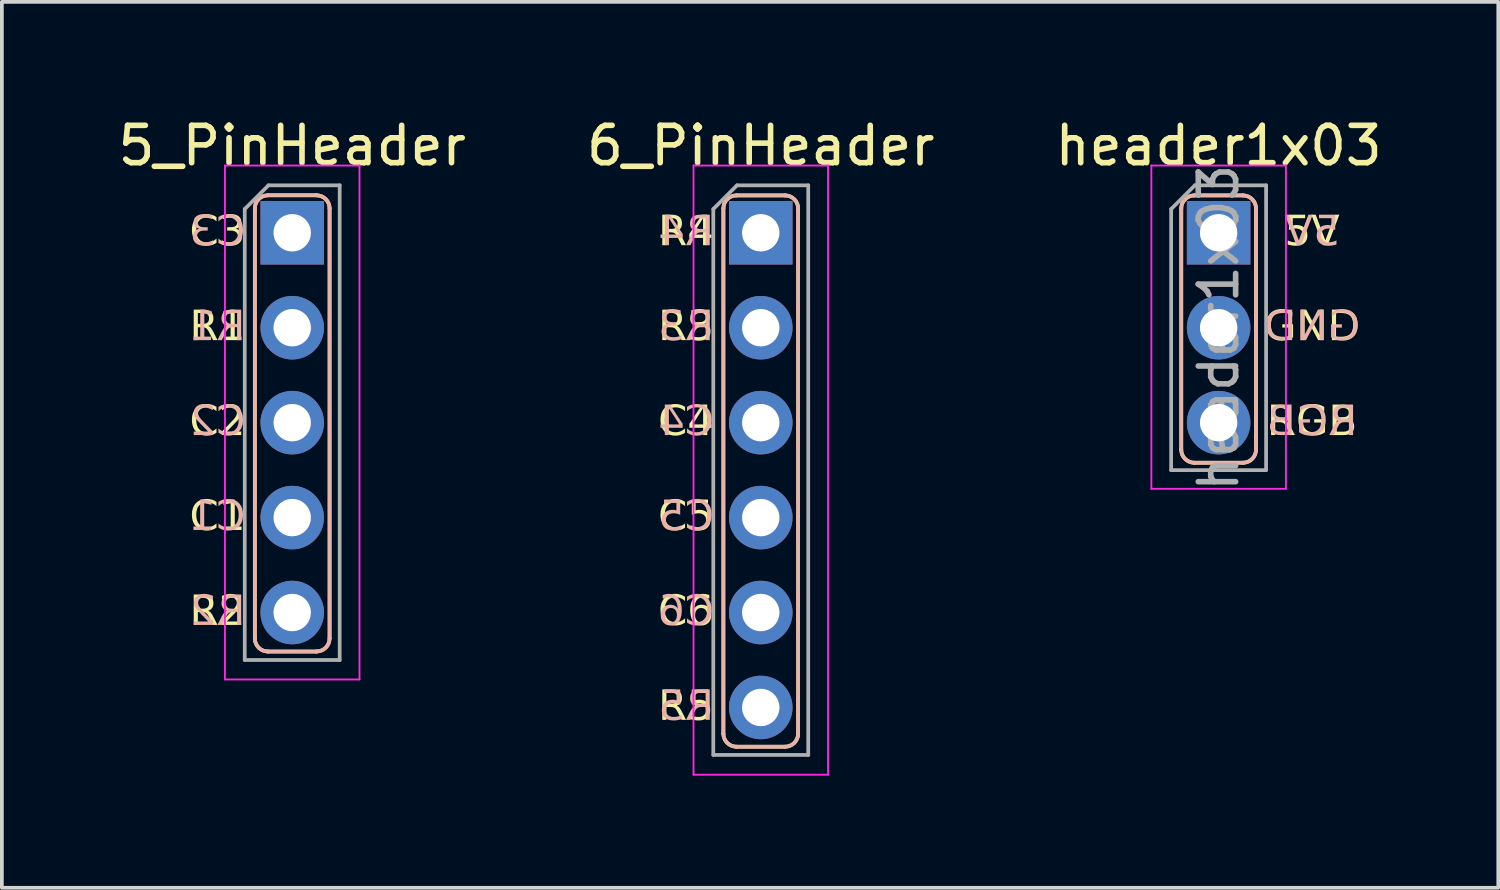
<source format=kicad_pcb>
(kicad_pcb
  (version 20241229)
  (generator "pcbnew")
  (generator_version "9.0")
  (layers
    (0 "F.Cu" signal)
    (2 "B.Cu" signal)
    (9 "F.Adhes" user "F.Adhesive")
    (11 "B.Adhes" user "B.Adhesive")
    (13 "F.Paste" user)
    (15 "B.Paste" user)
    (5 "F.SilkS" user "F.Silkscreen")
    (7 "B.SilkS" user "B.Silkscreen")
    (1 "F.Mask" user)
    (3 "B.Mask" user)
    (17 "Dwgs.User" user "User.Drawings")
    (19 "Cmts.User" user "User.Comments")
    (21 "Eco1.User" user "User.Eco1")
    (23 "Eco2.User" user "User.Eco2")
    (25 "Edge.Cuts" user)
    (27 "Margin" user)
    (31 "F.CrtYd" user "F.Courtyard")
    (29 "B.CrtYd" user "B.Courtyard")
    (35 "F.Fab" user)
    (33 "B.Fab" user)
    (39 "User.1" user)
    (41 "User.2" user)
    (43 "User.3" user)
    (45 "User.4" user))
  (footprint "header1x03"
    (layer "F.Cu")
    (at 29.554 3.178)
    (property "Reference" "header1x03" (at 0 -2.33 0) (layer "F.SilkS") (effects (font (size 1 1) (thickness 0.15))))
    (attr through_hole)
    (fp_line (start -1 -0.65) (end -1 5.803) (stroke (width 0.1) (type default)) (layer "F.SilkS"))
    (fp_line (start -0.65 6.153) (end 0.65 6.153) (stroke (width 0.1) (type default)) (layer "F.SilkS"))
    (fp_line (start 0.65 -1) (end -0.65 -1) (stroke (width 0.1) (type default)) (layer "F.SilkS"))
    (fp_line (start 1 -0.65) (end 1 5.803) (stroke (width 0.1) (type default)) (layer "F.SilkS"))
    (fp_arc (start -1 -0.65) (mid -0.897487 -0.897487) (end -0.65 -1) (stroke (width 0.1) (type default)) (layer "F.SilkS"))
    (fp_arc (start -0.65 6.152513) (mid -0.897487 6.05) (end -1 5.802513) (stroke (width 0.1) (type default)) (layer "F.SilkS"))
    (fp_arc (start 0.65 -1) (mid 0.897487 -0.897487) (end 1 -0.65) (stroke (width 0.1) (type default)) (layer "F.SilkS"))
    (fp_arc (start 1 5.802513) (mid 0.897489 6.050001) (end 0.65 6.152513) (stroke (width 0.1) (type default)) (layer "F.SilkS"))
    (fp_line (start -1 5.803) (end -1 -0.65) (stroke (width 0.1) (type default)) (layer "B.SilkS"))
    (fp_line (start -0.65 6.153) (end 0.65 6.153) (stroke (width 0.1) (type default)) (layer "B.SilkS"))
    (fp_line (start 0.65 -1) (end -0.65 -1) (stroke (width 0.1) (type default)) (layer "B.SilkS"))
    (fp_line (start 1 5.803) (end 1 -0.65) (stroke (width 0.1) (type default)) (layer "B.SilkS"))
    (fp_arc (start -1 -0.65) (mid -0.897487 -0.897487) (end -0.65 -1) (stroke (width 0.1) (type default)) (layer "B.SilkS"))
    (fp_arc (start -0.65 6.152513) (mid -0.897487 6.05) (end -1 5.802513) (stroke (width 0.1) (type default)) (layer "B.SilkS"))
    (fp_arc (start 0.65 -1) (mid 0.897487 -0.897487) (end 1 -0.65) (stroke (width 0.1) (type default)) (layer "B.SilkS"))
    (fp_arc (start 1 5.802513) (mid 0.897489 6.050001) (end 0.65 6.152513) (stroke (width 0.1) (type default)) (layer "B.SilkS"))
    (fp_line (start -1.8 -1.8) (end -1.8 6.85) (stroke (width 0.05) (type solid)) (layer "F.CrtYd"))
    (fp_line (start -1.8 6.85) (end 1.8 6.85) (stroke (width 0.05) (type solid)) (layer "F.CrtYd"))
    (fp_line (start 1.8 -1.8) (end -1.8 -1.8) (stroke (width 0.05) (type solid)) (layer "F.CrtYd"))
    (fp_line (start 1.8 6.85) (end 1.8 -1.8) (stroke (width 0.05) (type solid)) (layer "F.CrtYd"))
    (fp_line (start -1.27 -0.635) (end -0.635 -1.27) (stroke (width 0.1) (type solid)) (layer "F.Fab"))
    (fp_line (start -1.27 6.35) (end -1.27 -0.635) (stroke (width 0.1) (type solid)) (layer "F.Fab"))
    (fp_line (start -0.635 -1.27) (end 1.27 -1.27) (stroke (width 0.1) (type solid)) (layer "F.Fab"))
    (fp_line (start 1.27 -1.27) (end 1.27 6.35) (stroke (width 0.1) (type solid)) (layer "F.Fab"))
    (fp_line (start 1.27 6.35) (end -1.27 6.35) (stroke (width 0.1) (type solid)) (layer "F.Fab"))
    (fp_text user "5V" (at 2.5 0 0) (unlocked yes) (layer "F.SilkS") (effects (font (face "Helvetica Neue") (size 0.8 0.8) (thickness 0.1))))
    (fp_text user "RGB" (at 2.5 5.08 0) (unlocked yes) (layer "F.SilkS") (effects (font (face "Helvetica Neue") (size 0.8 0.8) (thickness 0.1))))
    (fp_text user "GND" (at 2.5 2.54 0) (unlocked yes) (layer "F.SilkS") (effects (font (face "Helvetica Neue") (size 0.8 0.8) (thickness 0.1))))
    (fp_text user "RGB" (at 2.5 5.08 0) (unlocked yes) (layer "B.SilkS") (effects (font (face "Helvetica Neue") (size 0.8 0.8) (thickness 0.1)) (justify mirror)))
    (fp_text user "GND" (at 2.5 2.54 0) (unlocked yes) (layer "B.SilkS") (effects (font (face "Helvetica Neue") (size 0.8 0.8) (thickness 0.1)) (justify mirror)))
    (fp_text user "5V" (at 2.5 0 0) (unlocked yes) (layer "B.SilkS") (effects (font (face "Helvetica Neue") (size 0.8 0.8) (thickness 0.1)) (justify mirror)))
    (fp_text user "${REFERENCE}" (at 0 2.54 90) (layer "F.Fab") (effects (font (size 1 1) (thickness 0.15))))
    (pad "1" thru_hole rect (at 0 0) (size 1.7 1.7) (drill 1) (layers "*.Cu" "*.Mask"))
    (pad "2" thru_hole oval (at 0 2.54) (size 1.7 1.7) (drill 1) (layers "*.Cu" "*.Mask"))
    (pad "3" thru_hole oval (at 0 5.08) (size 1.7 1.7) (drill 1) (layers "*.Cu" "*.Mask")))
  (footprint "5_PinHeader"
    (layer "F.Cu")
    (at 4.768 3.178)
    (property "Reference" "5_PinHeader" (at 0 -2.33 0) (layer "F.SilkS") (effects (font (size 1 1) (thickness 0.15))))
    (attr through_hole)
    (fp_line (start -1 -0.653) (end -1 10.853) (stroke (width 0.1) (type default)) (layer "F.SilkS"))
    (fp_line (start -0.65 11.203) (end 0.65 11.203) (stroke (width 0.1) (type default)) (layer "F.SilkS"))
    (fp_line (start 0.65 -1.003) (end -0.65 -1.003) (stroke (width 0.1) (type default)) (layer "F.SilkS"))
    (fp_line (start 1 -0.653) (end 1 10.853) (stroke (width 0.1) (type default)) (layer "F.SilkS"))
    (fp_arc (start -1 -0.652513) (mid -0.897487 -0.9) (end -0.65 -1.002513) (stroke (width 0.1) (type default)) (layer "F.SilkS"))
    (fp_arc (start -0.65 11.202513) (mid -0.897487 11.1) (end -1 10.852513) (stroke (width 0.1) (type default)) (layer "F.SilkS"))
    (fp_arc (start 0.65 -1.002513) (mid 0.897491 -0.900003) (end 1 -0.652513) (stroke (width 0.1) (type default)) (layer "F.SilkS"))
    (fp_arc (start 1 10.852513) (mid 0.897486 11.099998) (end 0.65 11.202513) (stroke (width 0.1) (type default)) (layer "F.SilkS"))
    (fp_line (start -1 10.853) (end -1 -0.653) (stroke (width 0.1) (type default)) (layer "B.SilkS"))
    (fp_line (start -0.65 11.203) (end 0.65 11.203) (stroke (width 0.1) (type default)) (layer "B.SilkS"))
    (fp_line (start 0.65 -1.003) (end -0.65 -1.003) (stroke (width 0.1) (type default)) (layer "B.SilkS"))
    (fp_line (start 1 -0.653) (end 1 10.853) (stroke (width 0.1) (type default)) (layer "B.SilkS"))
    (fp_arc (start -1 -0.652513) (mid -0.897487 -0.9) (end -0.65 -1.002513) (stroke (width 0.1) (type default)) (layer "B.SilkS"))
    (fp_arc (start -0.65 11.202513) (mid -0.897487 11.1) (end -1 10.852513) (stroke (width 0.1) (type default)) (layer "B.SilkS"))
    (fp_arc (start 0.65 -1.002513) (mid 0.897491 -0.900003) (end 1 -0.652513) (stroke (width 0.1) (type default)) (layer "B.SilkS"))
    (fp_arc (start 1 10.852513) (mid 0.897486 11.099998) (end 0.65 11.202513) (stroke (width 0.1) (type default)) (layer "B.SilkS"))
    (fp_line (start -1.8 -1.8) (end -1.8 11.95) (stroke (width 0.05) (type solid)) (layer "F.CrtYd"))
    (fp_line (start -1.8 11.95) (end 1.8 11.95) (stroke (width 0.05) (type solid)) (layer "F.CrtYd"))
    (fp_line (start 1.8 -1.8) (end -1.8 -1.8) (stroke (width 0.05) (type solid)) (layer "F.CrtYd"))
    (fp_line (start 1.8 11.95) (end 1.8 -1.8) (stroke (width 0.05) (type solid)) (layer "F.CrtYd"))
    (fp_line (start -1.27 -0.635) (end -0.635 -1.27) (stroke (width 0.1) (type solid)) (layer "F.Fab"))
    (fp_line (start -1.27 11.43) (end -1.27 -0.635) (stroke (width 0.1) (type solid)) (layer "F.Fab"))
    (fp_line (start -0.635 -1.27) (end 1.27 -1.27) (stroke (width 0.1) (type solid)) (layer "F.Fab"))
    (fp_line (start 1.27 -1.27) (end 1.27 11.43) (stroke (width 0.1) (type solid)) (layer "F.Fab"))
    (fp_line (start 1.27 11.43) (end -1.27 11.43) (stroke (width 0.1) (type solid)) (layer "F.Fab"))
    (fp_text user "C3" (at -2 0 0) (unlocked yes) (layer "F.SilkS") (effects (font (face "Helvetica Neue") (size 0.8 0.8) (thickness 0.1))))
    (fp_text user "C1" (at -2 7.62 0) (unlocked yes) (layer "F.SilkS") (effects (font (face "Helvetica Neue") (size 0.8 0.8) (thickness 0.1))))
    (fp_text user "R1" (at -2 2.54 0) (unlocked yes) (layer "F.SilkS") (effects (font (face "Helvetica Neue") (size 0.8 0.8) (thickness 0.1))))
    (fp_text user "R2" (at -2 10.16 0) (unlocked yes) (layer "F.SilkS") (effects (font (face "Helvetica Neue") (size 0.8 0.8) (thickness 0.1))))
    (fp_text user "C2" (at -2 5.08 0) (unlocked yes) (layer "F.SilkS") (effects (font (face "Helvetica Neue") (size 0.8 0.8) (thickness 0.1))))
    (fp_text user "C3" (at -2 0 0) (unlocked yes) (layer "B.SilkS") (effects (font (face "Helvetica Neue") (size 0.8 0.8) (thickness 0.1)) (justify mirror)))
    (fp_text user "R2" (at -2 10.16 0) (unlocked yes) (layer "B.SilkS") (effects (font (face "Helvetica Neue") (size 0.8 0.8) (thickness 0.1)) (justify mirror)))
    (fp_text user "C1" (at -2 7.62 0) (unlocked yes) (layer "B.SilkS") (effects (font (face "Helvetica Neue") (size 0.8 0.8) (thickness 0.1)) (justify mirror)))
    (fp_text user "R1" (at -2 2.54 0) (unlocked yes) (layer "B.SilkS") (effects (font (face "Helvetica Neue") (size 0.8 0.8) (thickness 0.1)) (justify mirror)))
    (fp_text user "C2" (at -2 5.08 0) (unlocked yes) (layer "B.SilkS") (effects (font (face "Helvetica Neue") (size 0.8 0.8) (thickness 0.1)) (justify mirror)))
    (pad "1" thru_hole rect (at 0 0) (size 1.7 1.7) (drill 1) (layers "*.Cu" "*.Mask"))
    (pad "2" thru_hole oval (at 0 2.54) (size 1.7 1.7) (drill 1) (layers "*.Cu" "*.Mask"))
    (pad "3" thru_hole oval (at 0 5.08) (size 1.7 1.7) (drill 1) (layers "*.Cu" "*.Mask"))
    (pad "4" thru_hole oval (at 0 7.62) (size 1.7 1.7) (drill 1) (layers "*.Cu" "*.Mask"))
    (pad "5" thru_hole oval (at 0 10.16) (size 1.7 1.7) (drill 1) (layers "*.Cu" "*.Mask")))
  (footprint "6_PinHeader"
    (layer "F.Cu")
    (at 17.304 3.178)
    (property "Reference" "6_PinHeader" (at 0 -2.33 0) (layer "F.SilkS") (effects (font (size 1 1) (thickness 0.15))))
    (attr through_hole)
    (fp_line (start -1 -0.65) (end -1 13.4) (stroke (width 0.1) (type default)) (layer "F.SilkS"))
    (fp_line (start -0.65 13.75) (end 0.65 13.75) (stroke (width 0.1) (type default)) (layer "F.SilkS"))
    (fp_line (start 0.65 -1) (end -0.65 -1) (stroke (width 0.1) (type default)) (layer "F.SilkS"))
    (fp_line (start 1 13.4) (end 1 -0.65) (stroke (width 0.1) (type default)) (layer "F.SilkS"))
    (fp_arc (start -1 -0.65) (mid -0.897487 -0.897487) (end -0.65 -1) (stroke (width 0.1) (type default)) (layer "F.SilkS"))
    (fp_arc (start -0.65 13.75) (mid -0.897487 13.647487) (end -1 13.4) (stroke (width 0.1) (type default)) (layer "F.SilkS"))
    (fp_arc (start 0.65 -1) (mid 0.897487 -0.897487) (end 1 -0.65) (stroke (width 0.1) (type default)) (layer "F.SilkS"))
    (fp_arc (start 1 13.4) (mid 0.897487 13.647487) (end 0.65 13.75) (stroke (width 0.1) (type default)) (layer "F.SilkS"))
    (fp_line (start -1 -0.65) (end -1 13.4) (stroke (width 0.1) (type default)) (layer "B.SilkS"))
    (fp_line (start -0.65 13.75) (end 0.65 13.75) (stroke (width 0.1) (type default)) (layer "B.SilkS"))
    (fp_line (start 0.65 -1) (end -0.65 -1) (stroke (width 0.1) (type default)) (layer "B.SilkS"))
    (fp_line (start 1 13.4) (end 1 -0.65) (stroke (width 0.1) (type default)) (layer "B.SilkS"))
    (fp_arc (start -1 -0.65) (mid -0.897487 -0.897487) (end -0.65 -1) (stroke (width 0.1) (type default)) (layer "B.SilkS"))
    (fp_arc (start -0.65 13.75) (mid -0.897487 13.647487) (end -1 13.4) (stroke (width 0.1) (type default)) (layer "B.SilkS"))
    (fp_arc (start 0.65 -1) (mid 0.897487 -0.897487) (end 1 -0.65) (stroke (width 0.1) (type default)) (layer "B.SilkS"))
    (fp_arc (start 1 13.4) (mid 0.897487 13.647487) (end 0.65 13.75) (stroke (width 0.1) (type default)) (layer "B.SilkS"))
    (fp_line (start -1.8 -1.8) (end -1.8 14.5) (stroke (width 0.05) (type solid)) (layer "F.CrtYd"))
    (fp_line (start -1.8 14.5) (end 1.8 14.5) (stroke (width 0.05) (type solid)) (layer "F.CrtYd"))
    (fp_line (start 1.8 -1.8) (end -1.8 -1.8) (stroke (width 0.05) (type solid)) (layer "F.CrtYd"))
    (fp_line (start 1.8 14.5) (end 1.8 -1.8) (stroke (width 0.05) (type solid)) (layer "F.CrtYd"))
    (fp_line (start -1.27 -0.635) (end -0.635 -1.27) (stroke (width 0.1) (type solid)) (layer "F.Fab"))
    (fp_line (start -1.27 13.97) (end -1.27 -0.635) (stroke (width 0.1) (type solid)) (layer "F.Fab"))
    (fp_line (start -0.635 -1.27) (end 1.27 -1.27) (stroke (width 0.1) (type solid)) (layer "F.Fab"))
    (fp_line (start 1.27 -1.27) (end 1.27 13.97) (stroke (width 0.1) (type solid)) (layer "F.Fab"))
    (fp_line (start 1.27 13.97) (end -1.27 13.97) (stroke (width 0.1) (type solid)) (layer "F.Fab"))
    (fp_text user "C6" (at -2 10.16 0) (unlocked yes) (layer "F.SilkS") (effects (font (face "Helvetica Neue") (size 0.8 0.8) (thickness 0.1))))
    (fp_text user "R5" (at -2 12.7 0) (unlocked yes) (layer "F.SilkS") (effects (font (face "Helvetica Neue") (size 0.8 0.8) (thickness 0.1))))
    (fp_text user "R3" (at -2 2.54 0) (unlocked yes) (layer "F.SilkS") (effects (font (face "Helvetica Neue") (size 0.8 0.8) (thickness 0.1))))
    (fp_text user "C5" (at -2 7.62 0) (unlocked yes) (layer "F.SilkS") (effects (font (face "Helvetica Neue") (size 0.8 0.8) (thickness 0.1))))
    (fp_text user "R4" (at -2 0 0) (unlocked yes) (layer "F.SilkS") (effects (font (face "Helvetica Neue") (size 0.8 0.8) (thickness 0.1))))
    (fp_text user "C4" (at -2 5.08 0) (unlocked yes) (layer "F.SilkS") (effects (font (face "Helvetica Neue") (size 0.8 0.8) (thickness 0.1))))
    (fp_text user "C4" (at -2 5.08 0) (unlocked yes) (layer "B.SilkS") (effects (font (face "Helvetica Neue") (size 0.8 0.8) (thickness 0.1)) (justify mirror)))
    (fp_text user "R4" (at -2 0 0) (unlocked yes) (layer "B.SilkS") (effects (font (face "Helvetica Neue") (size 0.8 0.8) (thickness 0.1)) (justify mirror)))
    (fp_text user "R3" (at -2 2.54 0) (unlocked yes) (layer "B.SilkS") (effects (font (face "Helvetica Neue") (size 0.8 0.8) (thickness 0.1)) (justify mirror)))
    (fp_text user "C6" (at -2 10.16 0) (unlocked yes) (layer "B.SilkS") (effects (font (face "Helvetica Neue") (size 0.8 0.8) (thickness 0.1)) (justify mirror)))
    (fp_text user "R5" (at -2 12.7 0) (unlocked yes) (layer "B.SilkS") (effects (font (face "Helvetica Neue") (size 0.8 0.8) (thickness 0.1)) (justify mirror)))
    (fp_text user "C5" (at -2 7.62 0) (unlocked yes) (layer "B.SilkS") (effects (font (face "Helvetica Neue") (size 0.8 0.8) (thickness 0.1)) (justify mirror)))
    (pad "1" thru_hole rect (at 0 0) (size 1.7 1.7) (drill 1) (layers "*.Cu" "*.Mask"))
    (pad "2" thru_hole oval (at 0 2.54) (size 1.7 1.7) (drill 1) (layers "*.Cu" "*.Mask"))
    (pad "3" thru_hole oval (at 0 5.08) (size 1.7 1.7) (drill 1) (layers "*.Cu" "*.Mask"))
    (pad "4" thru_hole oval (at 0 7.62) (size 1.7 1.7) (drill 1) (layers "*.Cu" "*.Mask"))
    (pad "5" thru_hole oval (at 0 10.16) (size 1.7 1.7) (drill 1) (layers "*.Cu" "*.Mask"))
    (pad "6" thru_hole oval (at 0 12.7) (size 1.7 1.7) (drill 1) (layers "*.Cu" "*.Mask")))
  (gr_rect
    (start -3 -3)
    (end 37.036 20.703)
    (stroke (width 0.1) (type default))
    (fill no)
    (layer "Edge.Cuts")))
</source>
